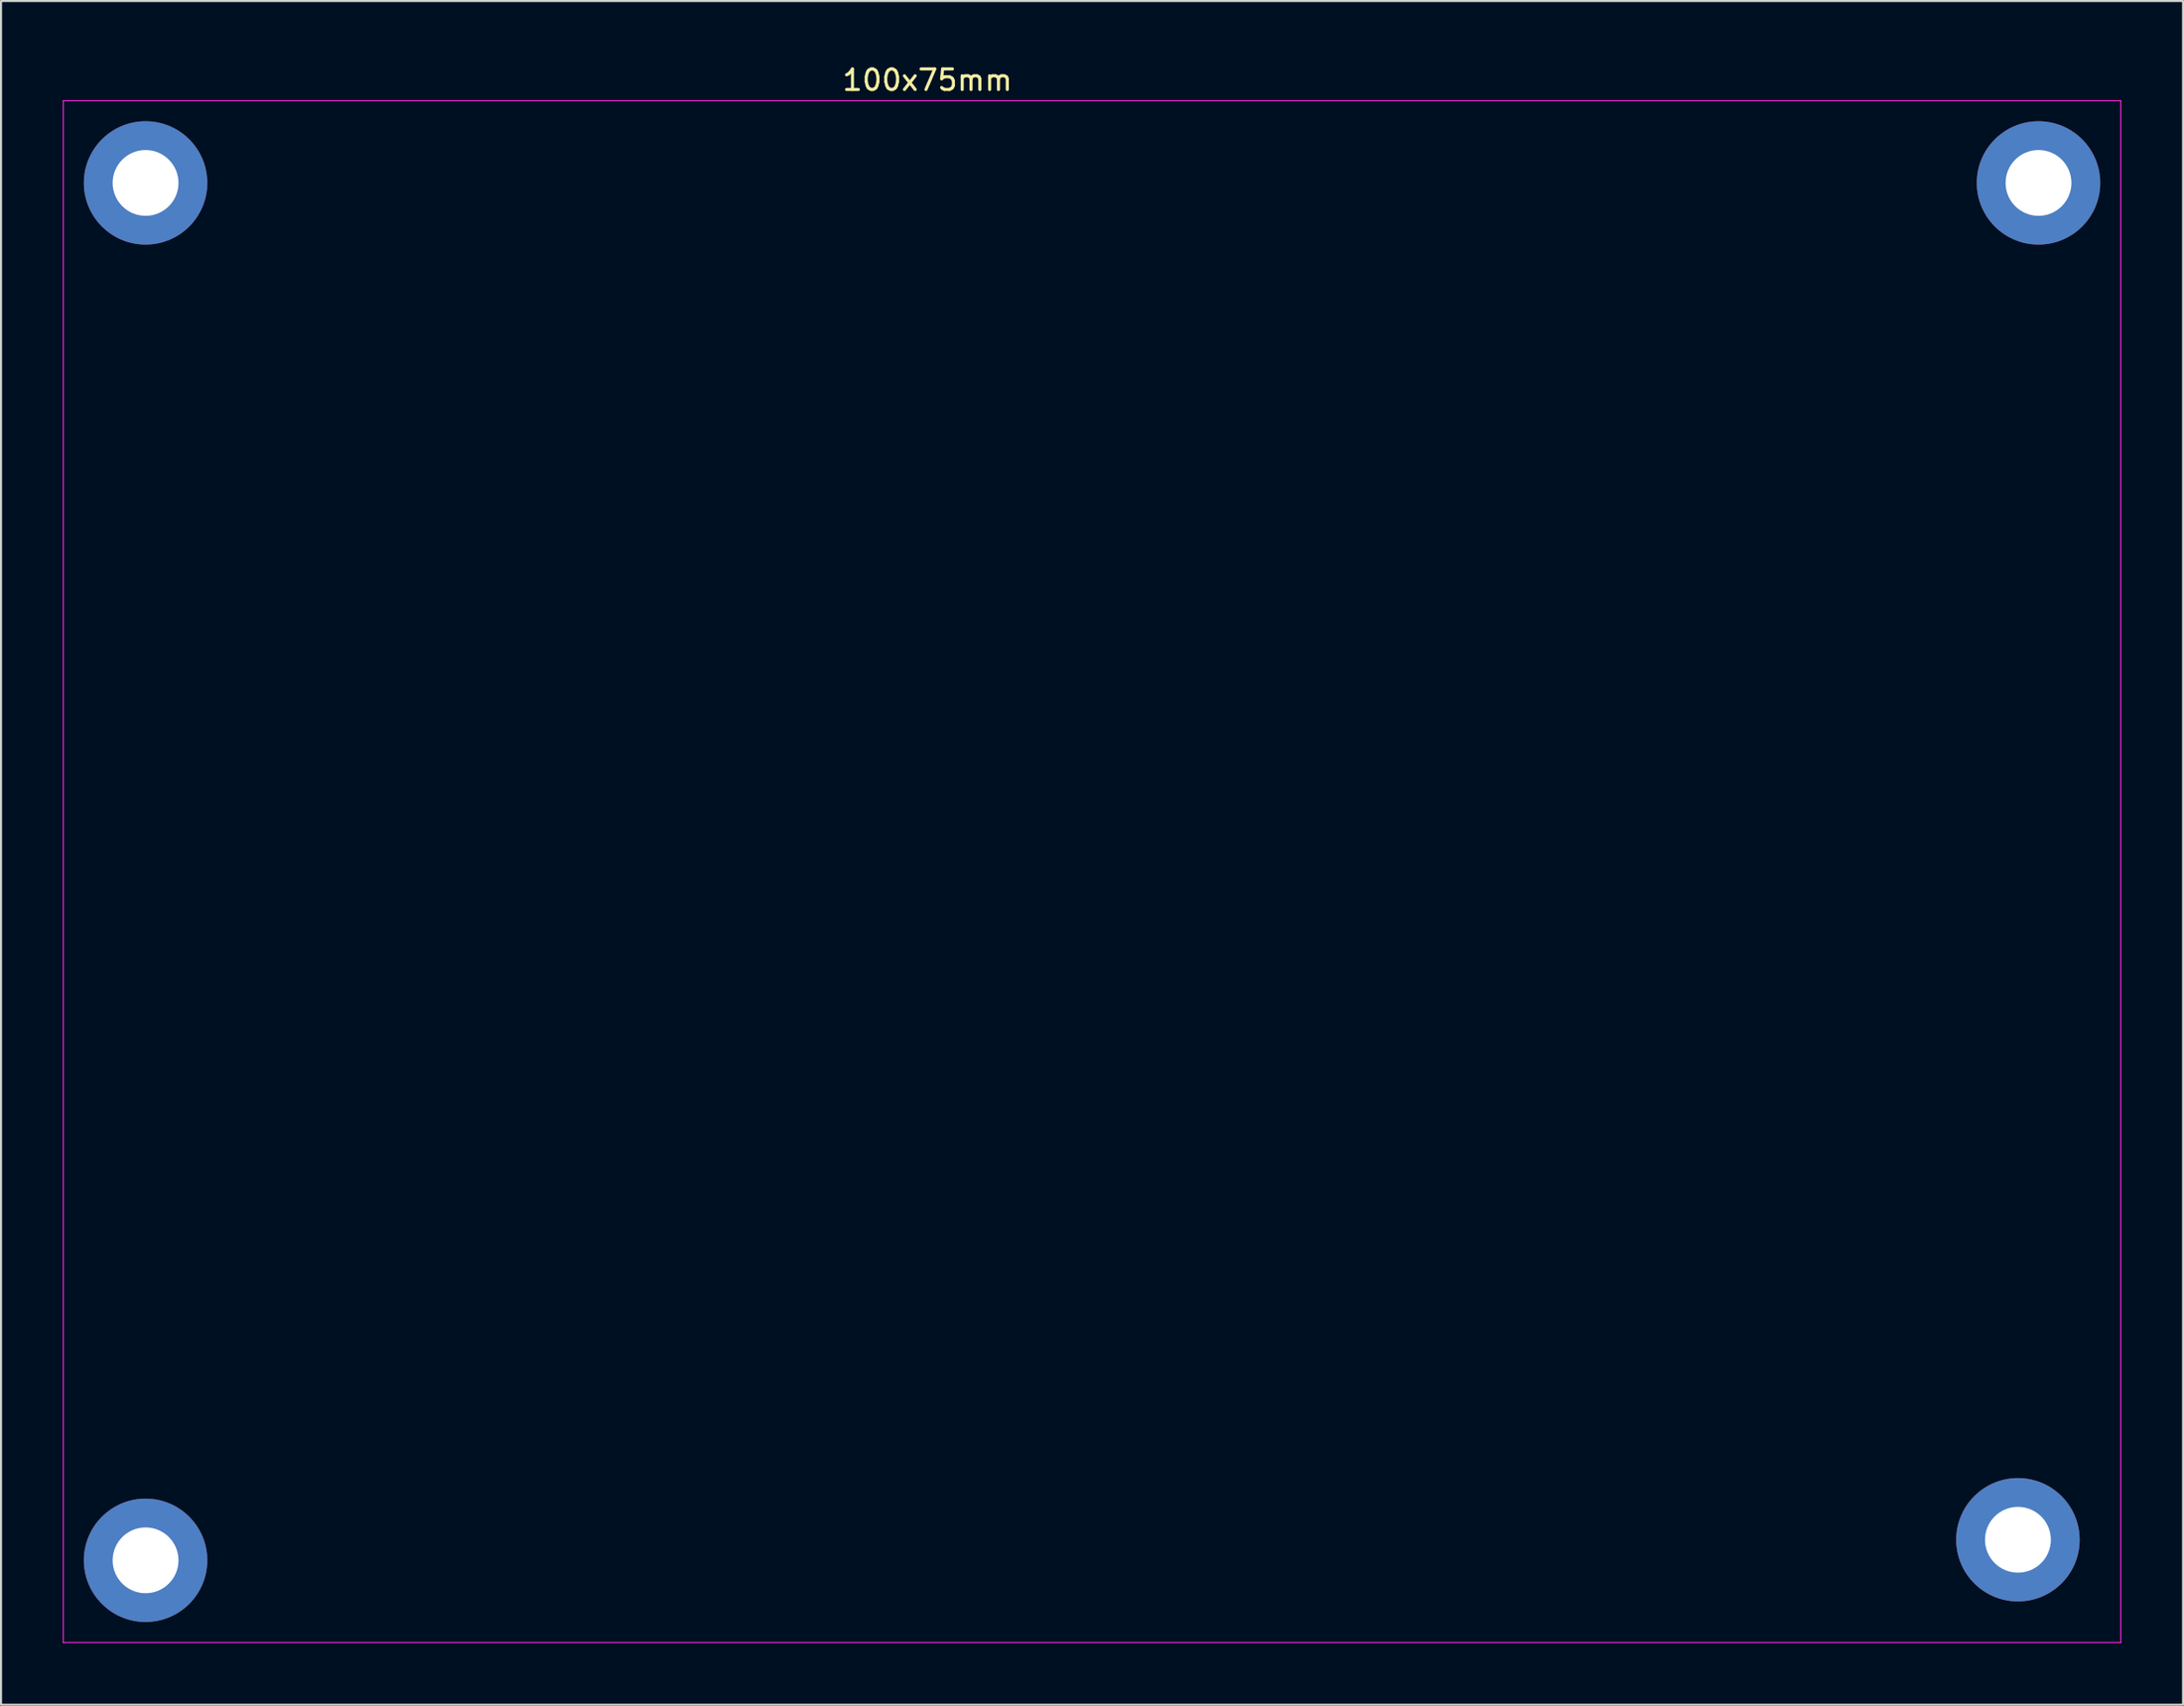
<source format=kicad_pcb>
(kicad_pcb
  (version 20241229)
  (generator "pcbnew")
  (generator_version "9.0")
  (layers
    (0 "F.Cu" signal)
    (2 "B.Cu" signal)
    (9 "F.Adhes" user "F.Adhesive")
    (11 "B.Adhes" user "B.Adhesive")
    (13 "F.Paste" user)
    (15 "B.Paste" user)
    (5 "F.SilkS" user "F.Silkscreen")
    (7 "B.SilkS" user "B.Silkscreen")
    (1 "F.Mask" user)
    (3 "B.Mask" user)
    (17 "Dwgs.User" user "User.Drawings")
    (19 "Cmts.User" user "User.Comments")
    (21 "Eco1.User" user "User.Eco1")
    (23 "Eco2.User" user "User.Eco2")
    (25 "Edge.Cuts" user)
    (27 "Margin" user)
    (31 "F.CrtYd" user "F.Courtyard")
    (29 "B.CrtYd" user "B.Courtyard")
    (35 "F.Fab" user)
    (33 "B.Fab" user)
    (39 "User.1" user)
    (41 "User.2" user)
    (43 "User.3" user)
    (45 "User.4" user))
  (footprint "100x75mm"
    (layer "F.Cu")
    (at 50.025 39.348)
    (property "Reference" "100x75mm" (at -8 -38.5 180) (layer "F.SilkS") (effects (font (size 1 1) (thickness 0.15))))
    (attr through_hole)
    (fp_line (start -50 -37.5) (end 50 -37.5) (stroke (width 0.05) (type solid)) (layer "F.CrtYd"))
    (fp_line (start -50 37.5) (end -50 -37.5) (stroke (width 0.05) (type solid)) (layer "F.CrtYd"))
    (fp_line (start 50 -37.5) (end 50 37.5) (stroke (width 0.05) (type solid)) (layer "F.CrtYd"))
    (fp_line (start 50 37.5) (end -50 37.5) (stroke (width 0.05) (type solid)) (layer "F.CrtYd"))
    (pad "" np_thru_hole circle (at -46 -33.5 90) (size 6 6) (drill 3.2) (layers "*.Cu" "*.Mask"))
    (pad "" np_thru_hole circle (at -46 33.5 90) (size 6 6) (drill 3.2) (layers "*.Cu" "*.Mask"))
    (pad "" np_thru_hole circle (at 45 32.5 90) (size 6 6) (drill 3.2) (layers "*.Cu" "*.Mask"))
    (pad "" np_thru_hole circle (at 46 -33.5 90) (size 6 6) (drill 3.2) (layers "*.Cu" "*.Mask")))
  (gr_rect
    (start -3 -3)
    (end 103.05 79.873)
    (stroke (width 0.1) (type default))
    (fill no)
    (layer "Edge.Cuts")))
</source>
